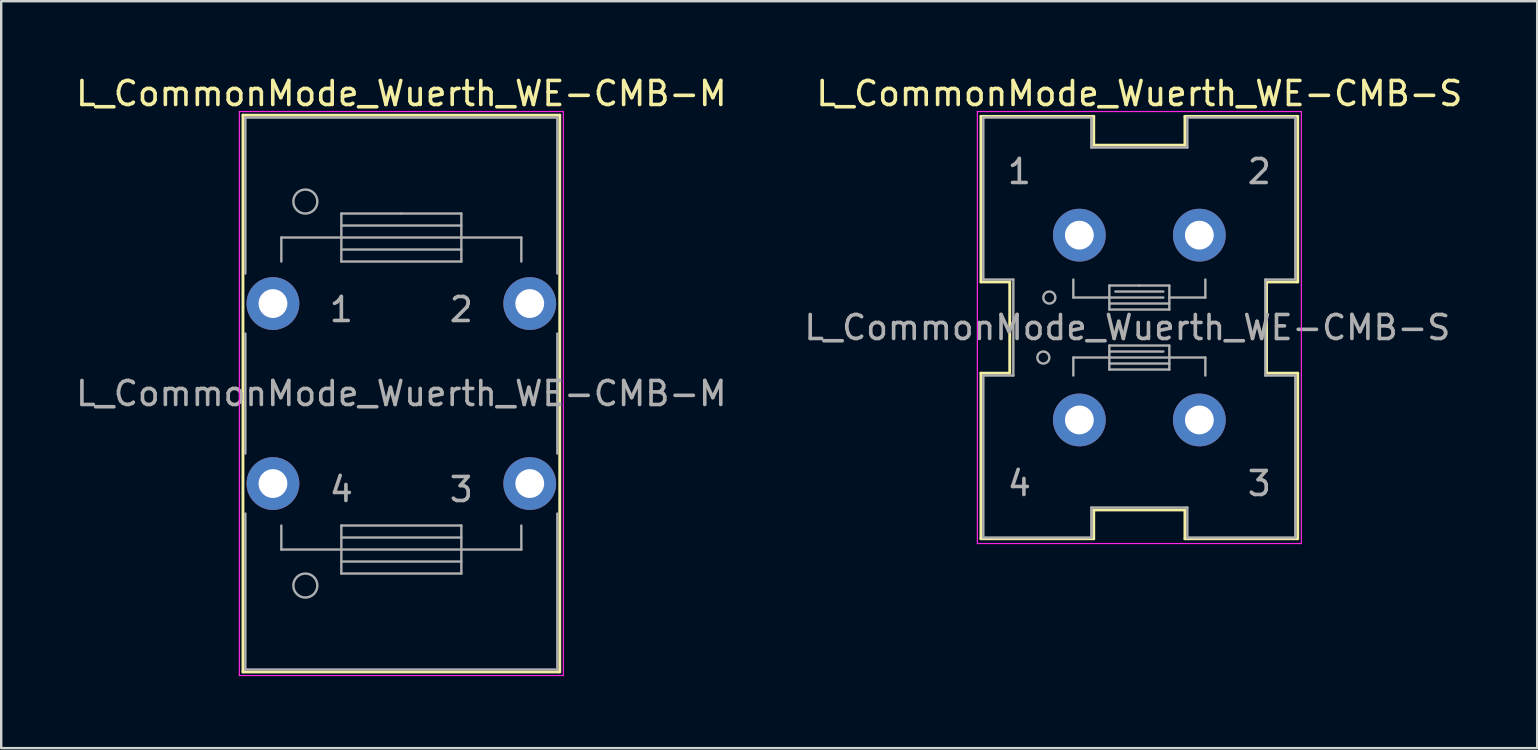
<source format=kicad_pcb>
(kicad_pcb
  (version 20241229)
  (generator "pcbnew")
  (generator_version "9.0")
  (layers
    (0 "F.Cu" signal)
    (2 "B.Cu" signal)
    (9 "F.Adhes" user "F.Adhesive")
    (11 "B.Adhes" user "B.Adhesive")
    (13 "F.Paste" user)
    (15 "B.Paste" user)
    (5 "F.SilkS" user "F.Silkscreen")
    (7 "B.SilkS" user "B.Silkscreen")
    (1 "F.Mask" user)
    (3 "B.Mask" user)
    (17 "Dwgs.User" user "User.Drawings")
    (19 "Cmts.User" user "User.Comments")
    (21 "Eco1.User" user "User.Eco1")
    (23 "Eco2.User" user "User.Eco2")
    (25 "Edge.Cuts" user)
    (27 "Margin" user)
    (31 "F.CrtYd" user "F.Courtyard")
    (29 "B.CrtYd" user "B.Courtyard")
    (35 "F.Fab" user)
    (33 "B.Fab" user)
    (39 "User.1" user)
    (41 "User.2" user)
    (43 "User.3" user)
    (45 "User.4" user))
  (footprint "L_CommonMode_Wuerth_WE-CMB-S"
    (layer "F.Cu")
    (at 41.923 6.748)
    (property "Reference" "L_CommonMode_Wuerth_WE-CMB-S" (at 2.5 -5.9 0) (layer "F.SilkS") (effects (font (size 1 1) (thickness 0.15))))
    (attr through_hole)
    (fp_line (start -4.1 -4.95) (end -4 -4.95) (stroke (width 0.12) (type solid)) (layer "F.SilkS"))
    (fp_line (start -4.1 1.95) (end -4.1 -4.95) (stroke (width 0.12) (type solid)) (layer "F.SilkS"))
    (fp_line (start -4.1 5.75) (end -2.9 5.75) (stroke (width 0.12) (type solid)) (layer "F.SilkS"))
    (fp_line (start -4.1 12.65) (end -4.1 5.75) (stroke (width 0.12) (type solid)) (layer "F.SilkS"))
    (fp_line (start -4 -4.95) (end 0.6 -4.95) (stroke (width 0.12) (type solid)) (layer "F.SilkS"))
    (fp_line (start -2.9 1.95) (end -4.1 1.95) (stroke (width 0.12) (type solid)) (layer "F.SilkS"))
    (fp_line (start -2.9 5.75) (end -2.9 1.95) (stroke (width 0.12) (type solid)) (layer "F.SilkS"))
    (fp_line (start 0.6 -4.95) (end 0.6 -3.75) (stroke (width 0.12) (type solid)) (layer "F.SilkS"))
    (fp_line (start 0.6 -3.75) (end 4.4 -3.75) (stroke (width 0.12) (type solid)) (layer "F.SilkS"))
    (fp_line (start 0.6 11.45) (end 0.6 12.65) (stroke (width 0.12) (type solid)) (layer "F.SilkS"))
    (fp_line (start 0.6 12.65) (end -4.1 12.65) (stroke (width 0.12) (type solid)) (layer "F.SilkS"))
    (fp_line (start 4.4 -4.95) (end 9.1 -4.95) (stroke (width 0.12) (type solid)) (layer "F.SilkS"))
    (fp_line (start 4.4 -3.75) (end 4.4 -4.95) (stroke (width 0.12) (type solid)) (layer "F.SilkS"))
    (fp_line (start 4.4 11.45) (end 0.6 11.45) (stroke (width 0.12) (type solid)) (layer "F.SilkS"))
    (fp_line (start 4.4 12.65) (end 4.4 11.45) (stroke (width 0.12) (type solid)) (layer "F.SilkS"))
    (fp_line (start 7.8 1.95) (end 7.8 5.75) (stroke (width 0.12) (type solid)) (layer "F.SilkS"))
    (fp_line (start 7.8 5.75) (end 9.1 5.75) (stroke (width 0.12) (type solid)) (layer "F.SilkS"))
    (fp_line (start 9.1 -4.95) (end 9.1 1.95) (stroke (width 0.12) (type solid)) (layer "F.SilkS"))
    (fp_line (start 9.1 1.95) (end 7.8 1.95) (stroke (width 0.12) (type solid)) (layer "F.SilkS"))
    (fp_line (start 9.1 5.75) (end 9.1 12.65) (stroke (width 0.12) (type solid)) (layer "F.SilkS"))
    (fp_line (start 9.1 12.65) (end 4.4 12.65) (stroke (width 0.12) (type solid)) (layer "F.SilkS"))
    (fp_line (start -4.25 -5.15) (end -4.25 12.85) (stroke (width 0.05) (type solid)) (layer "F.CrtYd"))
    (fp_line (start -4.25 12.85) (end 9.25 12.85) (stroke (width 0.05) (type solid)) (layer "F.CrtYd"))
    (fp_line (start 9.25 -5.15) (end -4.25 -5.15) (stroke (width 0.05) (type solid)) (layer "F.CrtYd"))
    (fp_line (start 9.25 12.85) (end 9.25 -5.15) (stroke (width 0.05) (type solid)) (layer "F.CrtYd"))
    (fp_line (start -4 -4.9) (end -4 1.85) (stroke (width 0.1) (type solid)) (layer "F.Fab"))
    (fp_line (start -4 1.85) (end -2.75 1.85) (stroke (width 0.1) (type solid)) (layer "F.Fab"))
    (fp_line (start -4 5.85) (end -4 12.6) (stroke (width 0.1) (type solid)) (layer "F.Fab"))
    (fp_line (start -4 12.6) (end 0.5 12.6) (stroke (width 0.1) (type solid)) (layer "F.Fab"))
    (fp_line (start -2.75 1.85) (end -2.75 5.85) (stroke (width 0.1) (type solid)) (layer "F.Fab"))
    (fp_line (start -2.75 5.85) (end -4 5.85) (stroke (width 0.1) (type solid)) (layer "F.Fab"))
    (fp_line (start -0.25 2.6) (end -0.25 1.85) (stroke (width 0.1) (type solid)) (layer "F.Fab"))
    (fp_line (start -0.25 5.1) (end -0.25 5.85) (stroke (width 0.1) (type solid)) (layer "F.Fab"))
    (fp_line (start 0.5 -4.9) (end -4 -4.9) (stroke (width 0.1) (type solid)) (layer "F.Fab"))
    (fp_line (start 0.5 -3.65) (end 0.5 -4.9) (stroke (width 0.1) (type solid)) (layer "F.Fab"))
    (fp_line (start 0.5 11.35) (end 4.5 11.35) (stroke (width 0.1) (type solid)) (layer "F.Fab"))
    (fp_line (start 0.5 12.6) (end 0.5 11.35) (stroke (width 0.1) (type solid)) (layer "F.Fab"))
    (fp_line (start 1.25 2.1) (end 2.5 2.1) (stroke (width 0.1) (type solid)) (layer "F.Fab"))
    (fp_line (start 1.25 2.6) (end -0.25 2.6) (stroke (width 0.1) (type solid)) (layer "F.Fab"))
    (fp_line (start 1.25 2.85) (end 3.75 2.85) (stroke (width 0.1) (type solid)) (layer "F.Fab"))
    (fp_line (start 1.25 3.1) (end 1.25 2.1) (stroke (width 0.1) (type solid)) (layer "F.Fab"))
    (fp_line (start 1.25 4.6) (end 3.75 4.6) (stroke (width 0.1) (type solid)) (layer "F.Fab"))
    (fp_line (start 1.25 4.85) (end 3.5 4.85) (stroke (width 0.1) (type solid)) (layer "F.Fab"))
    (fp_line (start 1.25 5.1) (end -0.25 5.1) (stroke (width 0.1) (type solid)) (layer "F.Fab"))
    (fp_line (start 1.25 5.6) (end 1.25 4.6) (stroke (width 0.1) (type solid)) (layer "F.Fab"))
    (fp_line (start 2.5 2.1) (end 3.75 2.1) (stroke (width 0.1) (type solid)) (layer "F.Fab"))
    (fp_line (start 3.5 2.35) (end 1.5 2.35) (stroke (width 0.1) (type solid)) (layer "F.Fab"))
    (fp_line (start 3.5 2.6) (end 1.25 2.6) (stroke (width 0.1) (type solid)) (layer "F.Fab"))
    (fp_line (start 3.75 2.1) (end 3.75 3.1) (stroke (width 0.1) (type solid)) (layer "F.Fab"))
    (fp_line (start 3.75 2.6) (end 5.25 2.6) (stroke (width 0.1) (type solid)) (layer "F.Fab"))
    (fp_line (start 3.75 3.1) (end 1.25 3.1) (stroke (width 0.1) (type solid)) (layer "F.Fab"))
    (fp_line (start 3.75 4.6) (end 3.75 5.6) (stroke (width 0.1) (type solid)) (layer "F.Fab"))
    (fp_line (start 3.75 5.1) (end 1.25 5.1) (stroke (width 0.1) (type solid)) (layer "F.Fab"))
    (fp_line (start 3.75 5.1) (end 5.25 5.1) (stroke (width 0.1) (type solid)) (layer "F.Fab"))
    (fp_line (start 3.75 5.35) (end 1.25 5.35) (stroke (width 0.1) (type solid)) (layer "F.Fab"))
    (fp_line (start 3.75 5.6) (end 1.25 5.6) (stroke (width 0.1) (type solid)) (layer "F.Fab"))
    (fp_line (start 4.5 -4.9) (end 4.5 -3.65) (stroke (width 0.1) (type solid)) (layer "F.Fab"))
    (fp_line (start 4.5 -3.65) (end 0.5 -3.65) (stroke (width 0.1) (type solid)) (layer "F.Fab"))
    (fp_line (start 4.5 11.35) (end 4.5 12.6) (stroke (width 0.1) (type solid)) (layer "F.Fab"))
    (fp_line (start 4.5 12.6) (end 9 12.6) (stroke (width 0.1) (type solid)) (layer "F.Fab"))
    (fp_line (start 5.25 2.6) (end 5.25 1.85) (stroke (width 0.1) (type solid)) (layer "F.Fab"))
    (fp_line (start 5.25 5.1) (end 5.25 5.85) (stroke (width 0.1) (type solid)) (layer "F.Fab"))
    (fp_line (start 7.75 1.85) (end 9 1.85) (stroke (width 0.1) (type solid)) (layer "F.Fab"))
    (fp_line (start 7.75 5.85) (end 7.75 1.85) (stroke (width 0.1) (type solid)) (layer "F.Fab"))
    (fp_line (start 9 -4.9) (end 4.5 -4.9) (stroke (width 0.1) (type solid)) (layer "F.Fab"))
    (fp_line (start 9 1.85) (end 9 -4.9) (stroke (width 0.1) (type solid)) (layer "F.Fab"))
    (fp_line (start 9 5.85) (end 7.75 5.85) (stroke (width 0.1) (type solid)) (layer "F.Fab"))
    (fp_line (start 9 12.6) (end 9 5.85) (stroke (width 0.1) (type solid)) (layer "F.Fab"))
    (fp_circle (center -1.5 5.1) (end -1.5 4.85) (stroke (width 0.1) (type solid)) (fill no) (layer "F.Fab"))
    (fp_circle (center -1.25 2.6) (end -1 2.6) (stroke (width 0.1) (type solid)) (fill no) (layer "F.Fab"))
    (fp_text user "3" (at 7.5 10.35 0) (layer "F.Fab") (effects (font (size 1 1) (thickness 0.15))))
    (fp_text user "4" (at -2.5 10.35 0) (layer "F.Fab") (effects (font (size 1 1) (thickness 0.15))))
    (fp_text user "${REFERENCE}" (at 2 3.85 0) (layer "F.Fab") (effects (font (size 1 1) (thickness 0.15))))
    (fp_text user "1" (at -2.5 -2.65 0) (layer "F.Fab") (effects (font (size 1 1) (thickness 0.15))))
    (fp_text user "2" (at 7.5 -2.65 0) (layer "F.Fab") (effects (font (size 1 1) (thickness 0.15))))
    (pad "1" thru_hole circle (at 0 0) (size 2.2 2.2) (drill 1.2) (layers "*.Cu" "*.Mask"))
    (pad "2" thru_hole circle (at 5 0) (size 2.2 2.2) (drill 1.2) (layers "*.Cu" "*.Mask"))
    (pad "3" thru_hole circle (at 5 7.7) (size 2.2 2.2) (drill 1.2) (layers "*.Cu" "*.Mask"))
    (pad "4" thru_hole circle (at 0 7.7) (size 2.2 2.2) (drill 1.2) (layers "*.Cu" "*.Mask")))
  (footprint "L_CommonMode_Wuerth_WE-CMB-M"
    (layer "F.Cu")
    (at 8.323 9.598)
    (property "Reference" "L_CommonMode_Wuerth_WE-CMB-M" (at 5.35 -8.75 0) (layer "F.SilkS") (effects (font (size 1 1) (thickness 0.15))))
    (attr through_hole)
    (fp_line (start -1.25 -7.85) (end 11.95 -7.85) (stroke (width 0.12) (type solid)) (layer "F.SilkS"))
    (fp_line (start -1.25 15.35) (end -1.25 -7.85) (stroke (width 0.12) (type solid)) (layer "F.SilkS"))
    (fp_line (start 11.95 -7.85) (end 11.95 15.35) (stroke (width 0.12) (type solid)) (layer "F.SilkS"))
    (fp_line (start 11.95 15.35) (end -1.25 15.35) (stroke (width 0.12) (type solid)) (layer "F.SilkS"))
    (fp_line (start -1.4 -8) (end 12.1 -8) (stroke (width 0.05) (type solid)) (layer "F.CrtYd"))
    (fp_line (start -1.4 15.5) (end -1.4 -8) (stroke (width 0.05) (type solid)) (layer "F.CrtYd"))
    (fp_line (start 12.1 -8) (end 12.1 15.5) (stroke (width 0.05) (type solid)) (layer "F.CrtYd"))
    (fp_line (start 12.1 15.5) (end -1.4 15.5) (stroke (width 0.05) (type solid)) (layer "F.CrtYd"))
    (fp_line (start -1.15 -7.75) (end 11.85 -7.75) (stroke (width 0.1) (type solid)) (layer "F.Fab"))
    (fp_line (start -1.15 -1.25) (end -1.15 -7.75) (stroke (width 0.1) (type solid)) (layer "F.Fab"))
    (fp_line (start -1.15 6.25) (end -1.15 1.25) (stroke (width 0.1) (type solid)) (layer "F.Fab"))
    (fp_line (start -1.15 15.25) (end -1.15 8.75) (stroke (width 0.1) (type solid)) (layer "F.Fab"))
    (fp_line (start 0.35 -2.75) (end 0.35 -1.75) (stroke (width 0.1) (type solid)) (layer "F.Fab"))
    (fp_line (start 0.35 9.25) (end 0.35 10.25) (stroke (width 0.1) (type solid)) (layer "F.Fab"))
    (fp_line (start 0.35 10.25) (end 2.85 10.25) (stroke (width 0.1) (type solid)) (layer "F.Fab"))
    (fp_line (start 2.85 -3.75) (end 5.35 -3.75) (stroke (width 0.1) (type solid)) (layer "F.Fab"))
    (fp_line (start 2.85 -2.75) (end 0.35 -2.75) (stroke (width 0.1) (type solid)) (layer "F.Fab"))
    (fp_line (start 2.85 -2.75) (end 7.85 -2.75) (stroke (width 0.1) (type solid)) (layer "F.Fab"))
    (fp_line (start 2.85 -2.25) (end 7.85 -2.25) (stroke (width 0.1) (type solid)) (layer "F.Fab"))
    (fp_line (start 2.85 -1.75) (end 2.85 -3.75) (stroke (width 0.1) (type solid)) (layer "F.Fab"))
    (fp_line (start 2.85 9.25) (end 7.85 9.25) (stroke (width 0.1) (type solid)) (layer "F.Fab"))
    (fp_line (start 2.85 10.75) (end 7.85 10.75) (stroke (width 0.1) (type solid)) (layer "F.Fab"))
    (fp_line (start 2.85 11.25) (end 2.85 9.25) (stroke (width 0.1) (type solid)) (layer "F.Fab"))
    (fp_line (start 5.35 -3.75) (end 7.85 -3.75) (stroke (width 0.1) (type solid)) (layer "F.Fab"))
    (fp_line (start 7.85 -3.75) (end 7.85 -1.75) (stroke (width 0.1) (type solid)) (layer "F.Fab"))
    (fp_line (start 7.85 -3.25) (end 2.85 -3.25) (stroke (width 0.1) (type solid)) (layer "F.Fab"))
    (fp_line (start 7.85 -2.75) (end 10.35 -2.75) (stroke (width 0.1) (type solid)) (layer "F.Fab"))
    (fp_line (start 7.85 -1.75) (end 2.85 -1.75) (stroke (width 0.1) (type solid)) (layer "F.Fab"))
    (fp_line (start 7.85 9.25) (end 7.85 11.25) (stroke (width 0.1) (type solid)) (layer "F.Fab"))
    (fp_line (start 7.85 9.75) (end 2.85 9.75) (stroke (width 0.1) (type solid)) (layer "F.Fab"))
    (fp_line (start 7.85 10.25) (end 2.85 10.25) (stroke (width 0.1) (type solid)) (layer "F.Fab"))
    (fp_line (start 7.85 11.25) (end 2.85 11.25) (stroke (width 0.1) (type solid)) (layer "F.Fab"))
    (fp_line (start 10.35 -2.75) (end 10.35 -1.75) (stroke (width 0.1) (type solid)) (layer "F.Fab"))
    (fp_line (start 10.35 9.25) (end 10.35 10.25) (stroke (width 0.1) (type solid)) (layer "F.Fab"))
    (fp_line (start 10.35 10.25) (end 7.85 10.25) (stroke (width 0.1) (type solid)) (layer "F.Fab"))
    (fp_line (start 11.85 -7.75) (end 11.85 -1.25) (stroke (width 0.1) (type solid)) (layer "F.Fab"))
    (fp_line (start 11.85 1.25) (end 11.85 6.25) (stroke (width 0.1) (type solid)) (layer "F.Fab"))
    (fp_line (start 11.85 8.75) (end 11.85 15.25) (stroke (width 0.1) (type solid)) (layer "F.Fab"))
    (fp_line (start 11.85 15.25) (end -1.15 15.25) (stroke (width 0.1) (type solid)) (layer "F.Fab"))
    (fp_circle (center 1.35 -4.25) (end 1.85 -4.25) (stroke (width 0.1) (type solid)) (fill no) (layer "F.Fab"))
    (fp_circle (center 1.35 11.75) (end 1.85 11.75) (stroke (width 0.1) (type solid)) (fill no) (layer "F.Fab"))
    (fp_text user "4" (at 2.85 7.75 0) (layer "F.Fab") (effects (font (size 1 1) (thickness 0.15))))
    (fp_text user "${REFERENCE}" (at 5.35 3.75 0) (layer "F.Fab") (effects (font (size 1 1) (thickness 0.15))))
    (fp_text user "2" (at 7.85 0.25 0) (layer "F.Fab") (effects (font (size 1 1) (thickness 0.15))))
    (fp_text user "3" (at 7.85 7.75 0) (layer "F.Fab") (effects (font (size 1 1) (thickness 0.15))))
    (fp_text user "1" (at 2.85 0.25 0) (layer "F.Fab") (effects (font (size 1 1) (thickness 0.15))))
    (pad "1" thru_hole circle (at 0 0) (size 2.2 2.2) (drill 1.2) (layers "*.Cu" "*.Mask"))
    (pad "2" thru_hole circle (at 10.7 0) (size 2.2 2.2) (drill 1.2) (layers "*.Cu" "*.Mask"))
    (pad "3" thru_hole circle (at 10.7 7.5) (size 2.2 2.2) (drill 1.2) (layers "*.Cu" "*.Mask"))
    (pad "4" thru_hole circle (at 0 7.5) (size 2.2 2.2) (drill 1.2) (layers "*.Cu" "*.Mask")))
  (gr_rect
    (start -3 -3)
    (end 61 28.123)
    (stroke (width 0.1) (type default))
    (fill no)
    (layer "Edge.Cuts")))
</source>
